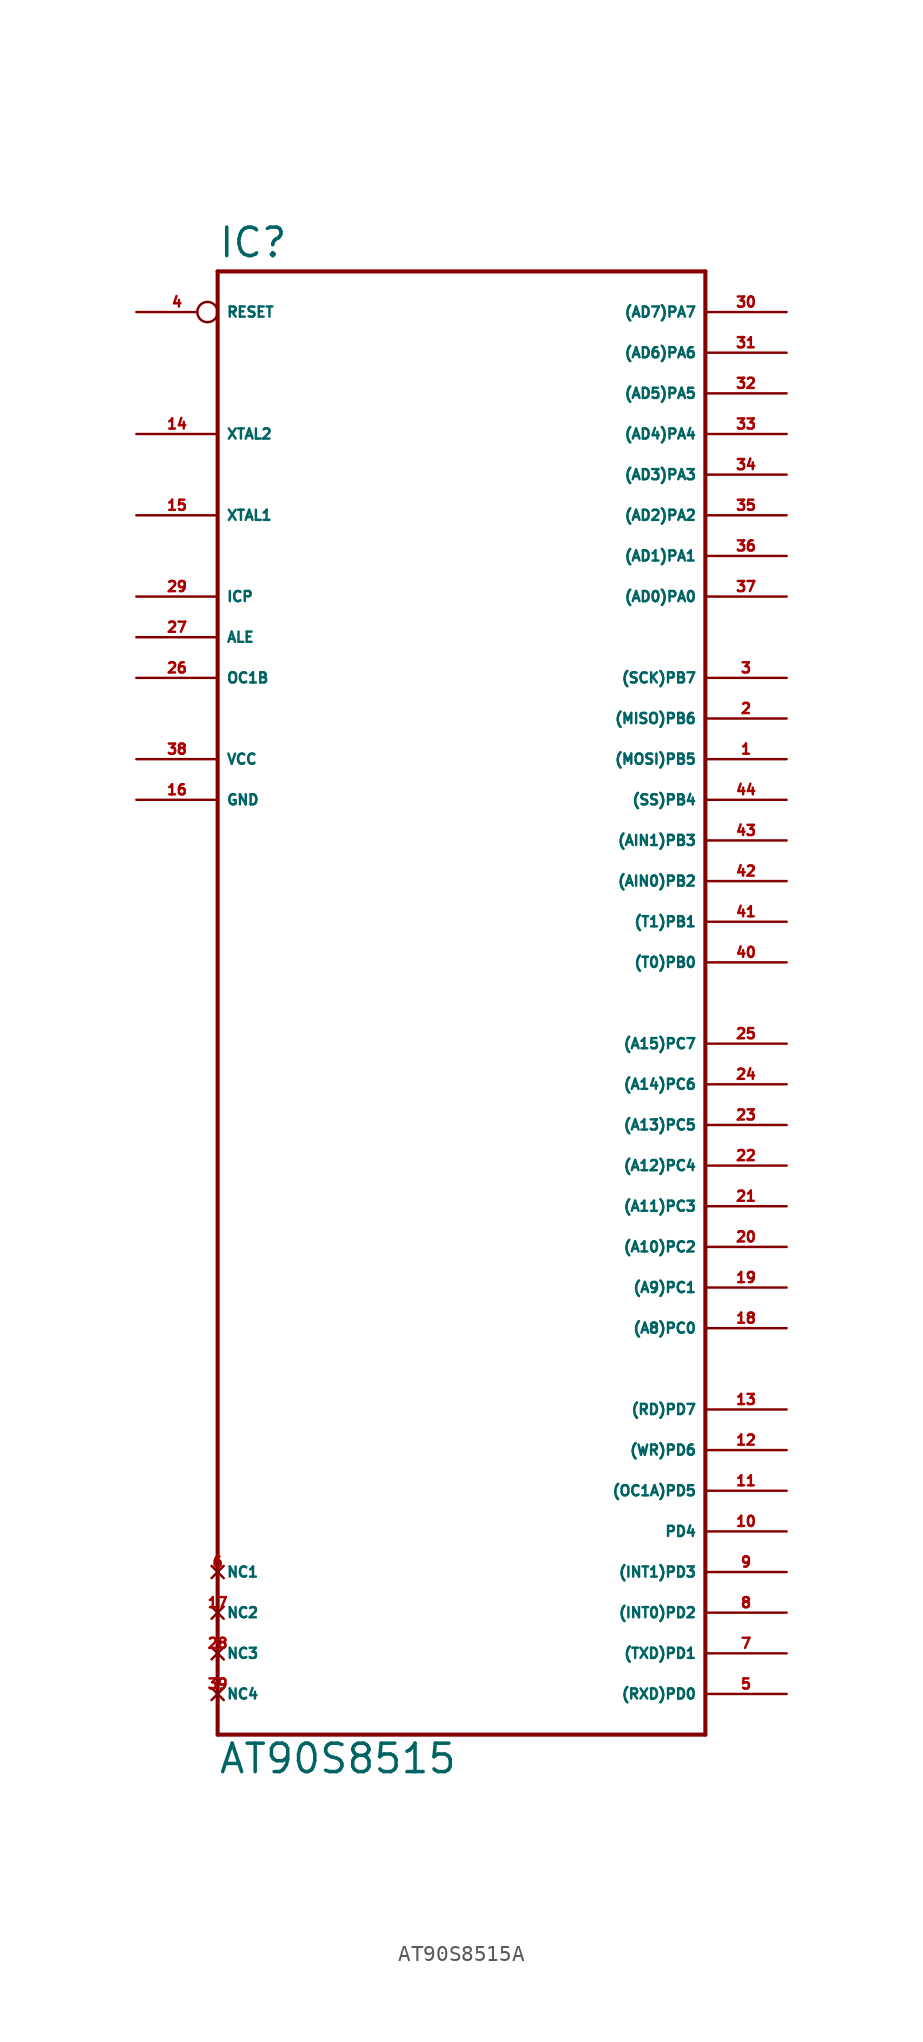
<source format=kicad_sym>
(kicad_symbol_lib
  (version 20220914)
  (generator Eagle2Kicad)
  (symbol "AT90S8515A"
    (property "Reference" "IC"
      (at -15.24 36.322 0)
      (effects (font (size 1.778 1.778) (thickness 0.22)) (justify left bottom)))
    (property "Value" "AT90S8515"
      (at -15.24 -58.42 0)
      (effects (font (size 1.778 1.778) (thickness 0.22)) (justify left bottom)))
    (polyline
      (pts (xy -15.24 35.56) (xy 15.24 35.56))
      (stroke (width 0.254) (type default))
      (fill (type none)))
    (polyline
      (pts (xy 15.24 35.56) (xy 15.24 -55.88))
      (stroke (width 0.254) (type default))
      (fill (type none)))
    (polyline
      (pts (xy 15.24 -55.88) (xy -15.24 -55.88))
      (stroke (width 0.254) (type default))
      (fill (type none)))
    (polyline
      (pts (xy -15.24 -55.88) (xy -15.24 35.56))
      (stroke (width 0.254) (type default))
      (fill (type none)))
    (pin bidirectional line
      (at 20.32 33.02 180)
      (length 5.08)
      (name "(AD7)PA7" (effects (font (size 0.635 0.635) (thickness 0.08)) (justify left bottom)))
      (number "30" (effects (font (size 0.635 0.635) (thickness 0.08)) (justify left bottom))))
    (pin bidirectional line
      (at 20.32 30.48 180)
      (length 5.08)
      (name "(AD6)PA6" (effects (font (size 0.635 0.635) (thickness 0.08)) (justify left bottom)))
      (number "31" (effects (font (size 0.635 0.635) (thickness 0.08)) (justify left bottom))))
    (pin bidirectional line
      (at 20.32 27.94 180)
      (length 5.08)
      (name "(AD5)PA5" (effects (font (size 0.635 0.635) (thickness 0.08)) (justify left bottom)))
      (number "32" (effects (font (size 0.635 0.635) (thickness 0.08)) (justify left bottom))))
    (pin bidirectional line
      (at 20.32 25.4 180)
      (length 5.08)
      (name "(AD4)PA4" (effects (font (size 0.635 0.635) (thickness 0.08)) (justify left bottom)))
      (number "33" (effects (font (size 0.635 0.635) (thickness 0.08)) (justify left bottom))))
    (pin bidirectional line
      (at 20.32 22.86 180)
      (length 5.08)
      (name "(AD3)PA3" (effects (font (size 0.635 0.635) (thickness 0.08)) (justify left bottom)))
      (number "34" (effects (font (size 0.635 0.635) (thickness 0.08)) (justify left bottom))))
    (pin bidirectional line
      (at 20.32 20.32 180)
      (length 5.08)
      (name "(AD2)PA2" (effects (font (size 0.635 0.635) (thickness 0.08)) (justify left bottom)))
      (number "35" (effects (font (size 0.635 0.635) (thickness 0.08)) (justify left bottom))))
    (pin bidirectional line
      (at 20.32 17.78 180)
      (length 5.08)
      (name "(AD1)PA1" (effects (font (size 0.635 0.635) (thickness 0.08)) (justify left bottom)))
      (number "36" (effects (font (size 0.635 0.635) (thickness 0.08)) (justify left bottom))))
    (pin bidirectional line
      (at 20.32 15.24 180)
      (length 5.08)
      (name "(AD0)PA0" (effects (font (size 0.635 0.635) (thickness 0.08)) (justify left bottom)))
      (number "37" (effects (font (size 0.635 0.635) (thickness 0.08)) (justify left bottom))))
    (pin bidirectional line
      (at 20.32 10.16 180)
      (length 5.08)
      (name "(SCK)PB7" (effects (font (size 0.635 0.635) (thickness 0.08)) (justify left bottom)))
      (number "3" (effects (font (size 0.635 0.635) (thickness 0.08)) (justify left bottom))))
    (pin bidirectional line
      (at 20.32 7.62 180)
      (length 5.08)
      (name "(MISO)PB6" (effects (font (size 0.635 0.635) (thickness 0.08)) (justify left bottom)))
      (number "2" (effects (font (size 0.635 0.635) (thickness 0.08)) (justify left bottom))))
    (pin bidirectional line
      (at 20.32 5.08 180)
      (length 5.08)
      (name "(MOSI)PB5" (effects (font (size 0.635 0.635) (thickness 0.08)) (justify left bottom)))
      (number "1" (effects (font (size 0.635 0.635) (thickness 0.08)) (justify left bottom))))
    (pin bidirectional line
      (at 20.32 2.54 180)
      (length 5.08)
      (name "(SS)PB4" (effects (font (size 0.635 0.635) (thickness 0.08)) (justify left bottom)))
      (number "44" (effects (font (size 0.635 0.635) (thickness 0.08)) (justify left bottom))))
    (pin bidirectional line
      (at 20.32 0 180)
      (length 5.08)
      (name "(AIN1)PB3" (effects (font (size 0.635 0.635) (thickness 0.08)) (justify left bottom)))
      (number "43" (effects (font (size 0.635 0.635) (thickness 0.08)) (justify left bottom))))
    (pin bidirectional line
      (at 20.32 -2.54 180)
      (length 5.08)
      (name "(AIN0)PB2" (effects (font (size 0.635 0.635) (thickness 0.08)) (justify left bottom)))
      (number "42" (effects (font (size 0.635 0.635) (thickness 0.08)) (justify left bottom))))
    (pin bidirectional line
      (at 20.32 -5.08 180)
      (length 5.08)
      (name "(T1)PB1" (effects (font (size 0.635 0.635) (thickness 0.08)) (justify left bottom)))
      (number "41" (effects (font (size 0.635 0.635) (thickness 0.08)) (justify left bottom))))
    (pin bidirectional line
      (at 20.32 -7.62 180)
      (length 5.08)
      (name "(T0)PB0" (effects (font (size 0.635 0.635) (thickness 0.08)) (justify left bottom)))
      (number "40" (effects (font (size 0.635 0.635) (thickness 0.08)) (justify left bottom))))
    (pin bidirectional line
      (at 20.32 -12.7 180)
      (length 5.08)
      (name "(A15)PC7" (effects (font (size 0.635 0.635) (thickness 0.08)) (justify left bottom)))
      (number "25" (effects (font (size 0.635 0.635) (thickness 0.08)) (justify left bottom))))
    (pin bidirectional line
      (at 20.32 -15.24 180)
      (length 5.08)
      (name "(A14)PC6" (effects (font (size 0.635 0.635) (thickness 0.08)) (justify left bottom)))
      (number "24" (effects (font (size 0.635 0.635) (thickness 0.08)) (justify left bottom))))
    (pin bidirectional line
      (at 20.32 -17.78 180)
      (length 5.08)
      (name "(A13)PC5" (effects (font (size 0.635 0.635) (thickness 0.08)) (justify left bottom)))
      (number "23" (effects (font (size 0.635 0.635) (thickness 0.08)) (justify left bottom))))
    (pin bidirectional line
      (at 20.32 -20.32 180)
      (length 5.08)
      (name "(A12)PC4" (effects (font (size 0.635 0.635) (thickness 0.08)) (justify left bottom)))
      (number "22" (effects (font (size 0.635 0.635) (thickness 0.08)) (justify left bottom))))
    (pin bidirectional line
      (at 20.32 -22.86 180)
      (length 5.08)
      (name "(A11)PC3" (effects (font (size 0.635 0.635) (thickness 0.08)) (justify left bottom)))
      (number "21" (effects (font (size 0.635 0.635) (thickness 0.08)) (justify left bottom))))
    (pin bidirectional line
      (at 20.32 -25.4 180)
      (length 5.08)
      (name "(A10)PC2" (effects (font (size 0.635 0.635) (thickness 0.08)) (justify left bottom)))
      (number "20" (effects (font (size 0.635 0.635) (thickness 0.08)) (justify left bottom))))
    (pin bidirectional line
      (at 20.32 -27.94 180)
      (length 5.08)
      (name "(A9)PC1" (effects (font (size 0.635 0.635) (thickness 0.08)) (justify left bottom)))
      (number "19" (effects (font (size 0.635 0.635) (thickness 0.08)) (justify left bottom))))
    (pin bidirectional line
      (at 20.32 -30.48 180)
      (length 5.08)
      (name "(A8)PC0" (effects (font (size 0.635 0.635) (thickness 0.08)) (justify left bottom)))
      (number "18" (effects (font (size 0.635 0.635) (thickness 0.08)) (justify left bottom))))
    (pin bidirectional line
      (at -20.32 10.16 0)
      (length 5.08)
      (name "OC1B" (effects (font (size 0.635 0.635) (thickness 0.08)) (justify left bottom)))
      (number "26" (effects (font (size 0.635 0.635) (thickness 0.08)) (justify left bottom))))
    (pin bidirectional line
      (at -20.32 12.7 0)
      (length 5.08)
      (name "ALE" (effects (font (size 0.635 0.635) (thickness 0.08)) (justify left bottom)))
      (number "27" (effects (font (size 0.635 0.635) (thickness 0.08)) (justify left bottom))))
    (pin bidirectional line
      (at -20.32 15.24 0)
      (length 5.08)
      (name "ICP" (effects (font (size 0.635 0.635) (thickness 0.08)) (justify left bottom)))
      (number "29" (effects (font (size 0.635 0.635) (thickness 0.08)) (justify left bottom))))
    (pin bidirectional line
      (at -20.32 20.32 0)
      (length 5.08)
      (name "XTAL1" (effects (font (size 0.635 0.635) (thickness 0.08)) (justify left bottom)))
      (number "15" (effects (font (size 0.635 0.635) (thickness 0.08)) (justify left bottom))))
    (pin bidirectional line
      (at -20.32 25.4 0)
      (length 5.08)
      (name "XTAL2" (effects (font (size 0.635 0.635) (thickness 0.08)) (justify left bottom)))
      (number "14" (effects (font (size 0.635 0.635) (thickness 0.08)) (justify left bottom))))
    (pin unspecified line
      (at -20.32 5.08 0)
      (length 5.08)
      (name "VCC" (effects (font (size 0.635 0.635) (thickness 0.08)) (justify left bottom)))
      (number "38" (effects (font (size 0.635 0.635) (thickness 0.08)) (justify left bottom))))
    (pin unspecified line
      (at -20.32 2.54 0)
      (length 5.08)
      (name "GND" (effects (font (size 0.635 0.635) (thickness 0.08)) (justify left bottom)))
      (number "16" (effects (font (size 0.635 0.635) (thickness 0.08)) (justify left bottom))))
    (pin input inverted
      (at -20.32 33.02 0)
      (length 5.08)
      (name "RESET" (effects (font (size 0.635 0.635) (thickness 0.08)) (justify left bottom)))
      (number "4" (effects (font (size 0.635 0.635) (thickness 0.08)) (justify left bottom))))
    (pin bidirectional line
      (at 20.32 -53.34 180)
      (length 5.08)
      (name "(RXD)PD0" (effects (font (size 0.635 0.635) (thickness 0.08)) (justify left bottom)))
      (number "5" (effects (font (size 0.635 0.635) (thickness 0.08)) (justify left bottom))))
    (pin bidirectional line
      (at 20.32 -50.8 180)
      (length 5.08)
      (name "(TXD)PD1" (effects (font (size 0.635 0.635) (thickness 0.08)) (justify left bottom)))
      (number "7" (effects (font (size 0.635 0.635) (thickness 0.08)) (justify left bottom))))
    (pin bidirectional line
      (at 20.32 -48.26 180)
      (length 5.08)
      (name "(INT0)PD2" (effects (font (size 0.635 0.635) (thickness 0.08)) (justify left bottom)))
      (number "8" (effects (font (size 0.635 0.635) (thickness 0.08)) (justify left bottom))))
    (pin bidirectional line
      (at 20.32 -45.72 180)
      (length 5.08)
      (name "(INT1)PD3" (effects (font (size 0.635 0.635) (thickness 0.08)) (justify left bottom)))
      (number "9" (effects (font (size 0.635 0.635) (thickness 0.08)) (justify left bottom))))
    (pin bidirectional line
      (at 20.32 -43.18 180)
      (length 5.08)
      (name "PD4" (effects (font (size 0.635 0.635) (thickness 0.08)) (justify left bottom)))
      (number "10" (effects (font (size 0.635 0.635) (thickness 0.08)) (justify left bottom))))
    (pin bidirectional line
      (at 20.32 -40.64 180)
      (length 5.08)
      (name "(OC1A)PD5" (effects (font (size 0.635 0.635) (thickness 0.08)) (justify left bottom)))
      (number "11" (effects (font (size 0.635 0.635) (thickness 0.08)) (justify left bottom))))
    (pin bidirectional line
      (at 20.32 -38.1 180)
      (length 5.08)
      (name "(WR)PD6" (effects (font (size 0.635 0.635) (thickness 0.08)) (justify left bottom)))
      (number "12" (effects (font (size 0.635 0.635) (thickness 0.08)) (justify left bottom))))
    (pin bidirectional line
      (at 20.32 -35.56 180)
      (length 5.08)
      (name "(RD)PD7" (effects (font (size 0.635 0.635) (thickness 0.08)) (justify left bottom)))
      (number "13" (effects (font (size 0.635 0.635) (thickness 0.08)) (justify left bottom))))
    (pin no_connect line
      (at -15.24 -45.72 0)
      (length 0)
      (name "NC1" (effects (font (size 0.635 0.635) (thickness 0.08)) (justify left bottom) hide))
      (number "6" (effects (font (size 0.635 0.635) (thickness 0.08)) (justify left bottom) hide)))
    (pin no_connect line
      (at -15.24 -48.26 0)
      (length 0)
      (name "NC2" (effects (font (size 0.635 0.635) (thickness 0.08)) (justify left bottom) hide))
      (number "17" (effects (font (size 0.635 0.635) (thickness 0.08)) (justify left bottom) hide)))
    (pin no_connect line
      (at -15.24 -50.8 0)
      (length 0)
      (name "NC3" (effects (font (size 0.635 0.635) (thickness 0.08)) (justify left bottom) hide))
      (number "28" (effects (font (size 0.635 0.635) (thickness 0.08)) (justify left bottom) hide)))
    (pin no_connect line
      (at -15.24 -53.34 0)
      (length 0)
      (name "NC4" (effects (font (size 0.635 0.635) (thickness 0.08)) (justify left bottom) hide))
      (number "39" (effects (font (size 0.635 0.635) (thickness 0.08)) (justify left bottom) hide)))))
</source>
